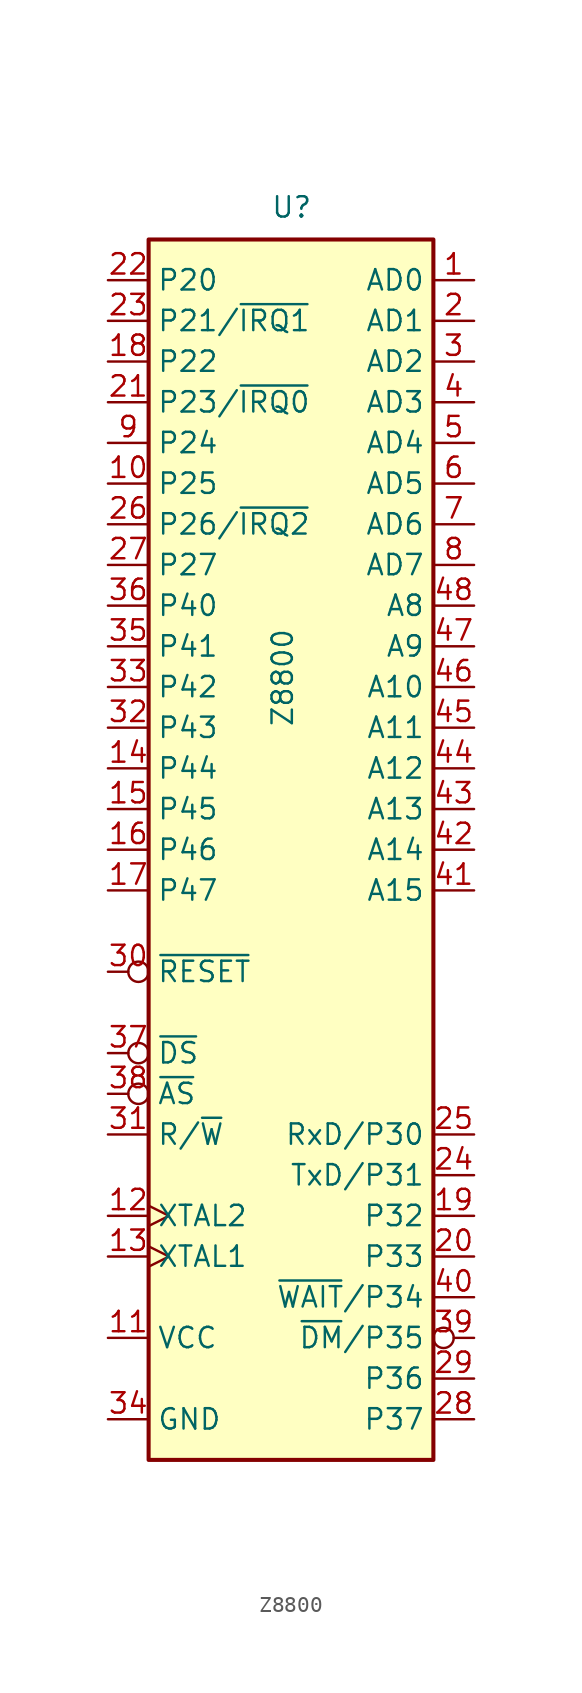
<source format=kicad_sym>
(kicad_symbol_lib
  (version 20220914)
  (generator kicad_symbol_editor)
  (symbol "Z8800"
    (property "Reference" "U"
      (at -1.27 39.37 0)
      (effects (font (size 1.27 1.27)) (justify left bottom)))
    (property "Value" "Z8800"
      (at -1.27 7.62 90)
      (effects (font (size 1.27 1.27)) (justify left top)))
    (symbol "Z8800_0_0"
      (pin bidirectional line (at -11.43 5.08 0) (length 2.54) (name "P44" (effects (font (size 1.27 1.27)))) (number "14" (effects (font (size 1.27 1.27)))))
      (pin bidirectional line (at -11.43 2.54 0) (length 2.54) (name "P45" (effects (font (size 1.27 1.27)))) (number "15" (effects (font (size 1.27 1.27)))))
      (pin bidirectional line (at -11.43 0 0) (length 2.54) (name "P46" (effects (font (size 1.27 1.27)))) (number "16" (effects (font (size 1.27 1.27)))))
      (pin bidirectional line (at -11.43 -2.54 0) (length 2.54) (name "P47" (effects (font (size 1.27 1.27)))) (number "17" (effects (font (size 1.27 1.27)))))
      (pin bidirectional line (at 11.43 -35.56 180) (length 2.54) (name "P37" (effects (font (size 1.27 1.27)))) (number "28" (effects (font (size 1.27 1.27)))))
      (pin bidirectional line (at 11.43 -33.02 180) (length 2.54) (name "P36" (effects (font (size 1.27 1.27)))) (number "29" (effects (font (size 1.27 1.27)))))
      (pin bidirectional line (at -11.43 7.62 0) (length 2.54) (name "P43" (effects (font (size 1.27 1.27)))) (number "32" (effects (font (size 1.27 1.27)))))
      (pin bidirectional line (at -11.43 10.16 0) (length 2.54) (name "P42" (effects (font (size 1.27 1.27)))) (number "33" (effects (font (size 1.27 1.27)))))
      (pin bidirectional line (at -11.43 15.24 0) (length 2.54) (name "P40" (effects (font (size 1.27 1.27)))) (number "36" (effects (font (size 1.27 1.27))))))
    (symbol "Z8800_0_1"
      (rectangle (start -8.89 -38.1) (end 8.89 38.1) (stroke (width 0.254) (type default)) (fill (type background))))
    (symbol "Z8800_1_1"
      (pin bidirectional line (at 11.43 35.56 180) (length 2.54) (name "AD0" (effects (font (size 1.27 1.27)))) (number "1" (effects (font (size 1.27 1.27)))))
      (pin bidirectional line (at -11.43 22.86 0) (length 2.54) (name "P25" (effects (font (size 1.27 1.27)))) (number "10" (effects (font (size 1.27 1.27)))))
      (pin power_in line (at -11.43 -30.48 0) (length 2.54) (name "VCC" (effects (font (size 1.27 1.27)))) (number "11" (effects (font (size 1.27 1.27)))))
      (pin output clock (at -11.43 -22.86 0) (length 2.54) (name "XTAL2" (effects (font (size 1.27 1.27)))) (number "12" (effects (font (size 1.27 1.27)))))
      (pin input clock (at -11.43 -25.4 0) (length 2.54) (name "XTAL1" (effects (font (size 1.27 1.27)))) (number "13" (effects (font (size 1.27 1.27)))))
      (pin bidirectional line (at -11.43 30.48 0) (length 2.54) (name "P22" (effects (font (size 1.27 1.27)))) (number "18" (effects (font (size 1.27 1.27)))))
      (pin bidirectional line (at 11.43 -22.86 180) (length 2.54) (name "P32" (effects (font (size 1.27 1.27)))) (number "19" (effects (font (size 1.27 1.27)))))
      (pin bidirectional line (at 11.43 33.02 180) (length 2.54) (name "AD1" (effects (font (size 1.27 1.27)))) (number "2" (effects (font (size 1.27 1.27)))))
      (pin bidirectional line (at 11.43 -25.4 180) (length 2.54) (name "P33" (effects (font (size 1.27 1.27)))) (number "20" (effects (font (size 1.27 1.27)))))
      (pin bidirectional line (at -11.43 27.94 0) (length 2.54) (name "P23/~{IRQ0}" (effects (font (size 1.27 1.27)))) (number "21" (effects (font (size 1.27 1.27)))))
      (pin bidirectional line (at -11.43 35.56 0) (length 2.54) (name "P20" (effects (font (size 1.27 1.27)))) (number "22" (effects (font (size 1.27 1.27)))))
      (pin bidirectional line (at -11.43 33.02 0) (length 2.54) (name "P21/~{IRQ1}" (effects (font (size 1.27 1.27)))) (number "23" (effects (font (size 1.27 1.27)))))
      (pin output line (at 11.43 -20.32 180) (length 2.54) (name "TxD/P31" (effects (font (size 1.27 1.27)))) (number "24" (effects (font (size 1.27 1.27)))))
      (pin input line (at 11.43 -17.78 180) (length 2.54) (name "RxD/P30" (effects (font (size 1.27 1.27)))) (number "25" (effects (font (size 1.27 1.27)))))
      (pin bidirectional line (at -11.43 20.32 0) (length 2.54) (name "P26/~{IRQ2}" (effects (font (size 1.27 1.27)))) (number "26" (effects (font (size 1.27 1.27)))))
      (pin bidirectional line (at -11.43 17.78 0) (length 2.54) (name "P27" (effects (font (size 1.27 1.27)))) (number "27" (effects (font (size 1.27 1.27)))))
      (pin bidirectional line (at 11.43 30.48 180) (length 2.54) (name "AD2" (effects (font (size 1.27 1.27)))) (number "3" (effects (font (size 1.27 1.27)))))
      (pin input inverted (at -11.43 -7.62 0) (length 2.54) (name "~{RESET}" (effects (font (size 1.27 1.27)))) (number "30" (effects (font (size 1.27 1.27)))))
      (pin output line (at -11.43 -17.78 0) (length 2.54) (name "R/~{W}" (effects (font (size 1.27 1.27)))) (number "31" (effects (font (size 1.27 1.27)))))
      (pin power_in line (at -11.43 -35.56 0) (length 2.54) (name "GND" (effects (font (size 1.27 1.27)))) (number "34" (effects (font (size 1.27 1.27)))))
      (pin bidirectional line (at -11.43 12.7 0) (length 2.54) (name "P41" (effects (font (size 1.27 1.27)))) (number "35" (effects (font (size 1.27 1.27)))))
      (pin output inverted (at -11.43 -12.7 0) (length 2.54) (name "~{DS}" (effects (font (size 1.27 1.27)))) (number "37" (effects (font (size 1.27 1.27)))))
      (pin output inverted (at -11.43 -15.24 0) (length 2.54) (name "~{AS}" (effects (font (size 1.27 1.27)))) (number "38" (effects (font (size 1.27 1.27)))))
      (pin output inverted (at 11.43 -30.48 180) (length 2.54) (name "~{DM}/P35" (effects (font (size 1.27 1.27)))) (number "39" (effects (font (size 1.27 1.27)))))
      (pin bidirectional line (at 11.43 27.94 180) (length 2.54) (name "AD3" (effects (font (size 1.27 1.27)))) (number "4" (effects (font (size 1.27 1.27)))))
      (pin input line (at 11.43 -27.94 180) (length 2.54) (name "~{WAIT}/P34" (effects (font (size 1.27 1.27)))) (number "40" (effects (font (size 1.27 1.27)))))
      (pin output line (at 11.43 -2.54 180) (length 2.54) (name "A15" (effects (font (size 1.27 1.27)))) (number "41" (effects (font (size 1.27 1.27)))))
      (pin output line (at 11.43 0 180) (length 2.54) (name "A14" (effects (font (size 1.27 1.27)))) (number "42" (effects (font (size 1.27 1.27)))))
      (pin output line (at 11.43 2.54 180) (length 2.54) (name "A13" (effects (font (size 1.27 1.27)))) (number "43" (effects (font (size 1.27 1.27)))))
      (pin output line (at 11.43 5.08 180) (length 2.54) (name "A12" (effects (font (size 1.27 1.27)))) (number "44" (effects (font (size 1.27 1.27)))))
      (pin output line (at 11.43 7.62 180) (length 2.54) (name "A11" (effects (font (size 1.27 1.27)))) (number "45" (effects (font (size 1.27 1.27)))))
      (pin output line (at 11.43 10.16 180) (length 2.54) (name "A10" (effects (font (size 1.27 1.27)))) (number "46" (effects (font (size 1.27 1.27)))))
      (pin output line (at 11.43 12.7 180) (length 2.54) (name "A9" (effects (font (size 1.27 1.27)))) (number "47" (effects (font (size 1.27 1.27)))))
      (pin output line (at 11.43 15.24 180) (length 2.54) (name "A8" (effects (font (size 1.27 1.27)))) (number "48" (effects (font (size 1.27 1.27)))))
      (pin bidirectional line (at 11.43 25.4 180) (length 2.54) (name "AD4" (effects (font (size 1.27 1.27)))) (number "5" (effects (font (size 1.27 1.27)))))
      (pin bidirectional line (at 11.43 22.86 180) (length 2.54) (name "AD5" (effects (font (size 1.27 1.27)))) (number "6" (effects (font (size 1.27 1.27)))))
      (pin bidirectional line (at 11.43 20.32 180) (length 2.54) (name "AD6" (effects (font (size 1.27 1.27)))) (number "7" (effects (font (size 1.27 1.27)))))
      (pin bidirectional line (at 11.43 17.78 180) (length 2.54) (name "AD7" (effects (font (size 1.27 1.27)))) (number "8" (effects (font (size 1.27 1.27)))))
      (pin bidirectional line (at -11.43 25.4 0) (length 2.54) (name "P24" (effects (font (size 1.27 1.27)))) (number "9" (effects (font (size 1.27 1.27))))))))
</source>
